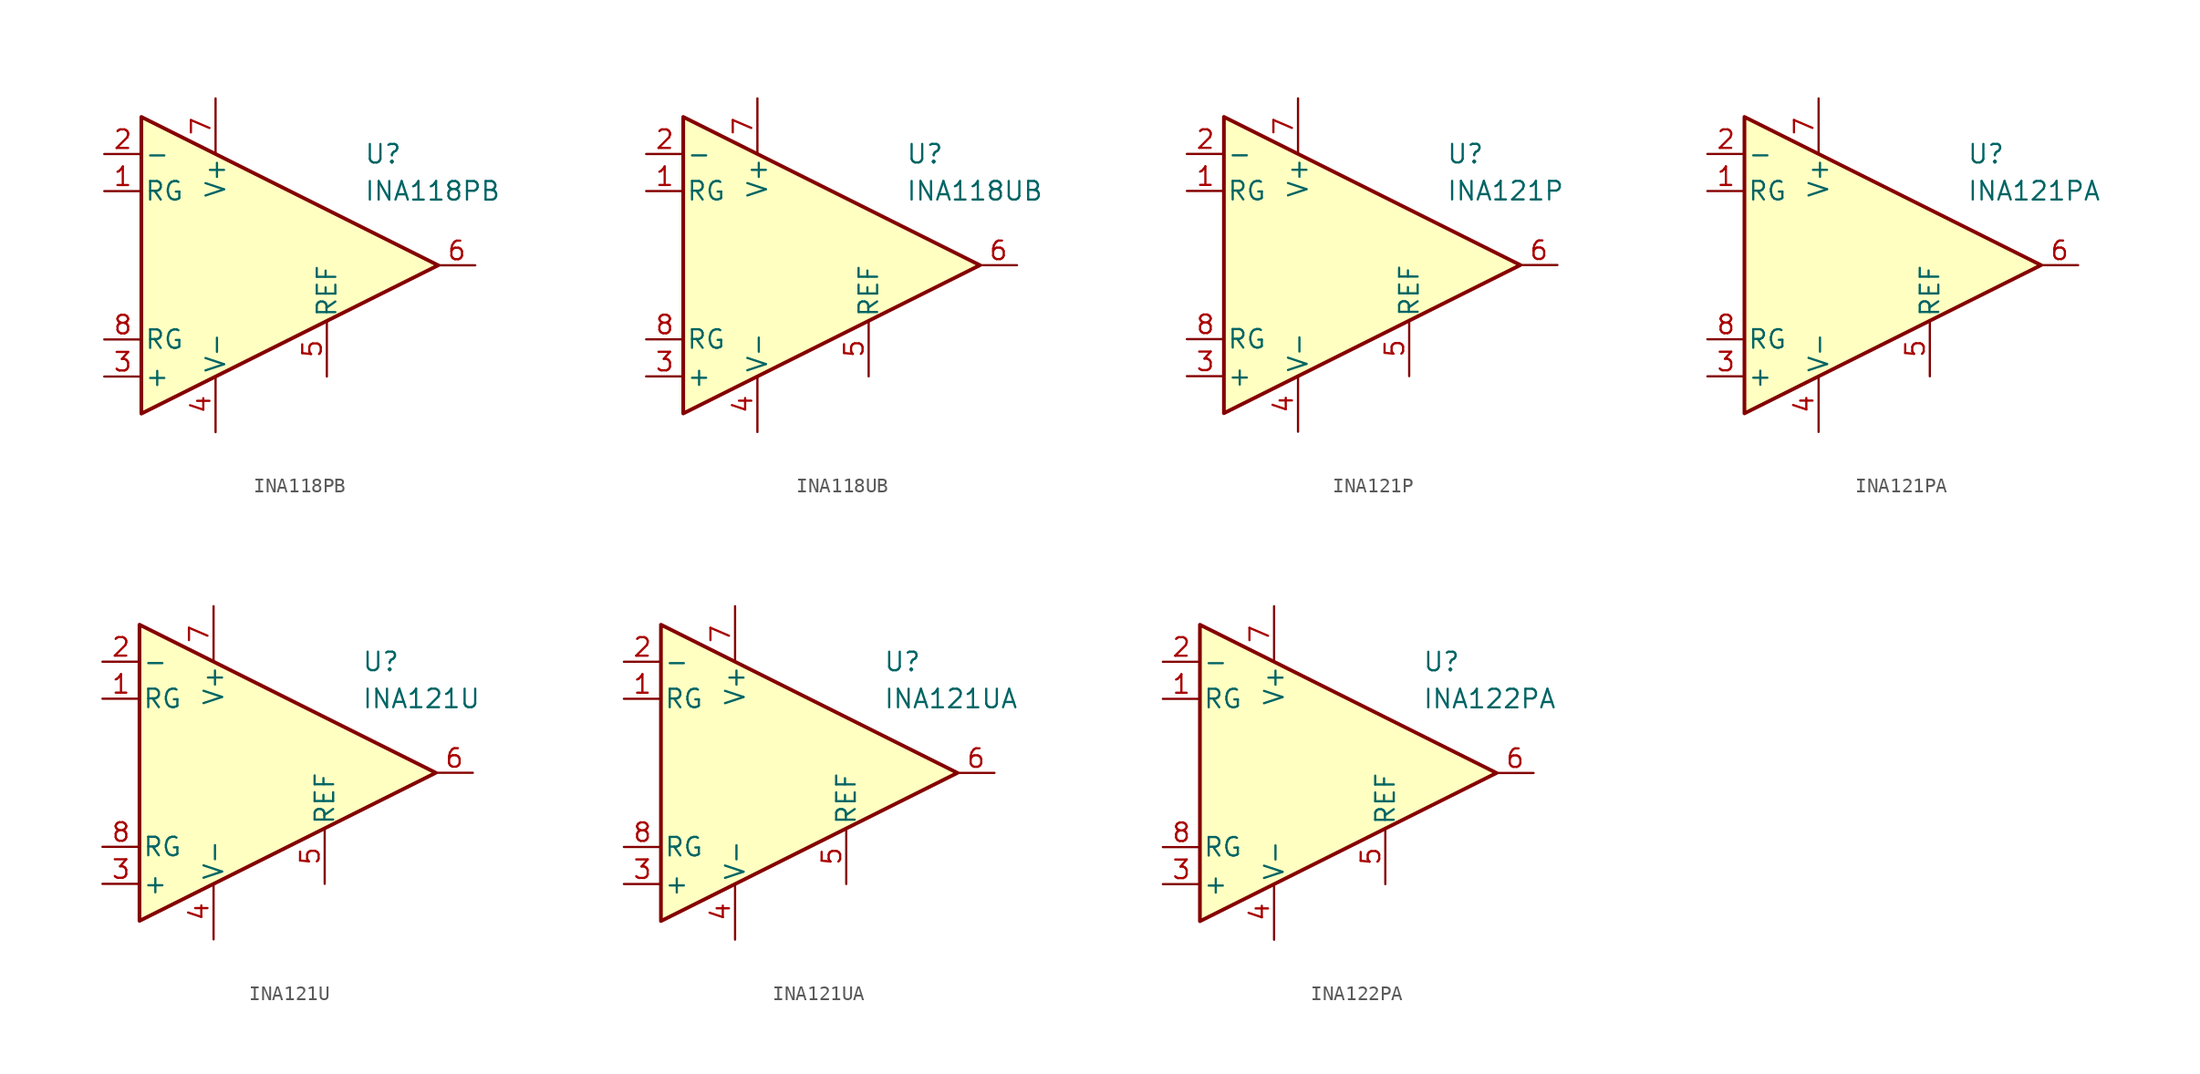
<source format=kicad_sym>
(kicad_symbol_lib
  (version 20231120)
  (generator "kicad_symbol_editor")
  (generator_version "8.0")
  (symbol "INA118PB"
    (pin_names
      (offset 0.2))
    (property "Reference" "U"
      (at 6.35 7.62 0)
      (effects (font (size 1.27 1.27)) (justify left)))
    (property "Value" "INA118PB"
      (at 6.35 5.08 0)
      (effects (font (size 1.27 1.27)) (justify left)))
    (symbol "INA118PB_0_1"
      (polyline (pts (xy -8.89 10.16) (xy -8.89 -10.16) (xy 11.43 0) (xy -8.89 10.16)) (stroke (width 0.254) (type default)) (fill (type background))))
    (symbol "INA118PB_1_1"
      (pin passive line (at -11.43 5.08 0) (length 2.54) (name "RG" (effects (font (size 1.27 1.27)))) (number "1" (effects (font (size 1.27 1.27)))))
      (pin input line (at -11.43 7.62 0) (length 2.54) (name "-" (effects (font (size 1.27 1.27)))) (number "2" (effects (font (size 1.27 1.27)))))
      (pin input line (at -11.43 -7.62 0) (length 2.54) (name "+" (effects (font (size 1.27 1.27)))) (number "3" (effects (font (size 1.27 1.27)))))
      (pin power_in line (at -3.81 -11.43 90) (length 3.81) (name "V-" (effects (font (size 1.27 1.27)))) (number "4" (effects (font (size 1.27 1.27)))))
      (pin input line (at 3.81 -7.62 90) (length 3.81) (name "REF" (effects (font (size 1.27 1.27)))) (number "5" (effects (font (size 1.27 1.27)))))
      (pin output line (at 13.97 0 180) (length 2.54) (name "~" (effects (font (size 1.27 1.27)))) (number "6" (effects (font (size 1.27 1.27)))))
      (pin power_in line (at -3.81 11.43 270) (length 3.81) (name "V+" (effects (font (size 1.27 1.27)))) (number "7" (effects (font (size 1.27 1.27)))))
      (pin passive line (at -11.43 -5.08 0) (length 2.54) (name "RG" (effects (font (size 1.27 1.27)))) (number "8" (effects (font (size 1.27 1.27)))))))
  (symbol "INA118UB"
    (pin_names
      (offset 0.2))
    (property "Reference" "U"
      (at 6.35 7.62 0)
      (effects (font (size 1.27 1.27)) (justify left)))
    (property "Value" "INA118UB"
      (at 6.35 5.08 0)
      (effects (font (size 1.27 1.27)) (justify left)))
    (symbol "INA118UB_0_1"
      (polyline (pts (xy -8.89 10.16) (xy -8.89 -10.16) (xy 11.43 0) (xy -8.89 10.16)) (stroke (width 0.254) (type default)) (fill (type background))))
    (symbol "INA118UB_1_1"
      (pin passive line (at -11.43 5.08 0) (length 2.54) (name "RG" (effects (font (size 1.27 1.27)))) (number "1" (effects (font (size 1.27 1.27)))))
      (pin input line (at -11.43 7.62 0) (length 2.54) (name "-" (effects (font (size 1.27 1.27)))) (number "2" (effects (font (size 1.27 1.27)))))
      (pin input line (at -11.43 -7.62 0) (length 2.54) (name "+" (effects (font (size 1.27 1.27)))) (number "3" (effects (font (size 1.27 1.27)))))
      (pin power_in line (at -3.81 -11.43 90) (length 3.81) (name "V-" (effects (font (size 1.27 1.27)))) (number "4" (effects (font (size 1.27 1.27)))))
      (pin input line (at 3.81 -7.62 90) (length 3.81) (name "REF" (effects (font (size 1.27 1.27)))) (number "5" (effects (font (size 1.27 1.27)))))
      (pin output line (at 13.97 0 180) (length 2.54) (name "~" (effects (font (size 1.27 1.27)))) (number "6" (effects (font (size 1.27 1.27)))))
      (pin power_in line (at -3.81 11.43 270) (length 3.81) (name "V+" (effects (font (size 1.27 1.27)))) (number "7" (effects (font (size 1.27 1.27)))))
      (pin passive line (at -11.43 -5.08 0) (length 2.54) (name "RG" (effects (font (size 1.27 1.27)))) (number "8" (effects (font (size 1.27 1.27)))))))
  (symbol "INA121P"
    (pin_names
      (offset 0.2))
    (property "Reference" "U"
      (at 6.35 7.62 0)
      (effects (font (size 1.27 1.27)) (justify left)))
    (property "Value" "INA121P"
      (at 6.35 5.08 0)
      (effects (font (size 1.27 1.27)) (justify left)))
    (symbol "INA121P_0_1"
      (polyline (pts (xy -8.89 10.16) (xy -8.89 -10.16) (xy 11.43 0) (xy -8.89 10.16)) (stroke (width 0.254) (type default)) (fill (type background))))
    (symbol "INA121P_1_1"
      (pin passive line (at -11.43 5.08 0) (length 2.54) (name "RG" (effects (font (size 1.27 1.27)))) (number "1" (effects (font (size 1.27 1.27)))))
      (pin input line (at -11.43 7.62 0) (length 2.54) (name "-" (effects (font (size 1.27 1.27)))) (number "2" (effects (font (size 1.27 1.27)))))
      (pin input line (at -11.43 -7.62 0) (length 2.54) (name "+" (effects (font (size 1.27 1.27)))) (number "3" (effects (font (size 1.27 1.27)))))
      (pin power_in line (at -3.81 -11.43 90) (length 3.81) (name "V-" (effects (font (size 1.27 1.27)))) (number "4" (effects (font (size 1.27 1.27)))))
      (pin input line (at 3.81 -7.62 90) (length 3.81) (name "REF" (effects (font (size 1.27 1.27)))) (number "5" (effects (font (size 1.27 1.27)))))
      (pin output line (at 13.97 0 180) (length 2.54) (name "~" (effects (font (size 1.27 1.27)))) (number "6" (effects (font (size 1.27 1.27)))))
      (pin power_in line (at -3.81 11.43 270) (length 3.81) (name "V+" (effects (font (size 1.27 1.27)))) (number "7" (effects (font (size 1.27 1.27)))))
      (pin passive line (at -11.43 -5.08 0) (length 2.54) (name "RG" (effects (font (size 1.27 1.27)))) (number "8" (effects (font (size 1.27 1.27)))))))
  (symbol "INA121PA"
    (pin_names
      (offset 0.2))
    (property "Reference" "U"
      (at 6.35 7.62 0)
      (effects (font (size 1.27 1.27)) (justify left)))
    (property "Value" "INA121PA"
      (at 6.35 5.08 0)
      (effects (font (size 1.27 1.27)) (justify left)))
    (symbol "INA121PA_0_1"
      (polyline (pts (xy -8.89 10.16) (xy -8.89 -10.16) (xy 11.43 0) (xy -8.89 10.16)) (stroke (width 0.254) (type default)) (fill (type background))))
    (symbol "INA121PA_1_1"
      (pin passive line (at -11.43 5.08 0) (length 2.54) (name "RG" (effects (font (size 1.27 1.27)))) (number "1" (effects (font (size 1.27 1.27)))))
      (pin input line (at -11.43 7.62 0) (length 2.54) (name "-" (effects (font (size 1.27 1.27)))) (number "2" (effects (font (size 1.27 1.27)))))
      (pin input line (at -11.43 -7.62 0) (length 2.54) (name "+" (effects (font (size 1.27 1.27)))) (number "3" (effects (font (size 1.27 1.27)))))
      (pin power_in line (at -3.81 -11.43 90) (length 3.81) (name "V-" (effects (font (size 1.27 1.27)))) (number "4" (effects (font (size 1.27 1.27)))))
      (pin input line (at 3.81 -7.62 90) (length 3.81) (name "REF" (effects (font (size 1.27 1.27)))) (number "5" (effects (font (size 1.27 1.27)))))
      (pin output line (at 13.97 0 180) (length 2.54) (name "~" (effects (font (size 1.27 1.27)))) (number "6" (effects (font (size 1.27 1.27)))))
      (pin power_in line (at -3.81 11.43 270) (length 3.81) (name "V+" (effects (font (size 1.27 1.27)))) (number "7" (effects (font (size 1.27 1.27)))))
      (pin passive line (at -11.43 -5.08 0) (length 2.54) (name "RG" (effects (font (size 1.27 1.27)))) (number "8" (effects (font (size 1.27 1.27)))))))
  (symbol "INA121U"
    (pin_names
      (offset 0.2))
    (property "Reference" "U"
      (at 6.35 7.62 0)
      (effects (font (size 1.27 1.27)) (justify left)))
    (property "Value" "INA121U"
      (at 6.35 5.08 0)
      (effects (font (size 1.27 1.27)) (justify left)))
    (symbol "INA121U_0_1"
      (polyline (pts (xy -8.89 10.16) (xy -8.89 -10.16) (xy 11.43 0) (xy -8.89 10.16)) (stroke (width 0.254) (type default)) (fill (type background))))
    (symbol "INA121U_1_1"
      (pin passive line (at -11.43 5.08 0) (length 2.54) (name "RG" (effects (font (size 1.27 1.27)))) (number "1" (effects (font (size 1.27 1.27)))))
      (pin input line (at -11.43 7.62 0) (length 2.54) (name "-" (effects (font (size 1.27 1.27)))) (number "2" (effects (font (size 1.27 1.27)))))
      (pin input line (at -11.43 -7.62 0) (length 2.54) (name "+" (effects (font (size 1.27 1.27)))) (number "3" (effects (font (size 1.27 1.27)))))
      (pin power_in line (at -3.81 -11.43 90) (length 3.81) (name "V-" (effects (font (size 1.27 1.27)))) (number "4" (effects (font (size 1.27 1.27)))))
      (pin input line (at 3.81 -7.62 90) (length 3.81) (name "REF" (effects (font (size 1.27 1.27)))) (number "5" (effects (font (size 1.27 1.27)))))
      (pin output line (at 13.97 0 180) (length 2.54) (name "~" (effects (font (size 1.27 1.27)))) (number "6" (effects (font (size 1.27 1.27)))))
      (pin power_in line (at -3.81 11.43 270) (length 3.81) (name "V+" (effects (font (size 1.27 1.27)))) (number "7" (effects (font (size 1.27 1.27)))))
      (pin passive line (at -11.43 -5.08 0) (length 2.54) (name "RG" (effects (font (size 1.27 1.27)))) (number "8" (effects (font (size 1.27 1.27)))))))
  (symbol "INA121UA"
    (pin_names
      (offset 0.2))
    (property "Reference" "U"
      (at 6.35 7.62 0)
      (effects (font (size 1.27 1.27)) (justify left)))
    (property "Value" "INA121UA"
      (at 6.35 5.08 0)
      (effects (font (size 1.27 1.27)) (justify left)))
    (symbol "INA121UA_0_1"
      (polyline (pts (xy -8.89 10.16) (xy -8.89 -10.16) (xy 11.43 0) (xy -8.89 10.16)) (stroke (width 0.254) (type default)) (fill (type background))))
    (symbol "INA121UA_1_1"
      (pin passive line (at -11.43 5.08 0) (length 2.54) (name "RG" (effects (font (size 1.27 1.27)))) (number "1" (effects (font (size 1.27 1.27)))))
      (pin input line (at -11.43 7.62 0) (length 2.54) (name "-" (effects (font (size 1.27 1.27)))) (number "2" (effects (font (size 1.27 1.27)))))
      (pin input line (at -11.43 -7.62 0) (length 2.54) (name "+" (effects (font (size 1.27 1.27)))) (number "3" (effects (font (size 1.27 1.27)))))
      (pin power_in line (at -3.81 -11.43 90) (length 3.81) (name "V-" (effects (font (size 1.27 1.27)))) (number "4" (effects (font (size 1.27 1.27)))))
      (pin input line (at 3.81 -7.62 90) (length 3.81) (name "REF" (effects (font (size 1.27 1.27)))) (number "5" (effects (font (size 1.27 1.27)))))
      (pin output line (at 13.97 0 180) (length 2.54) (name "~" (effects (font (size 1.27 1.27)))) (number "6" (effects (font (size 1.27 1.27)))))
      (pin power_in line (at -3.81 11.43 270) (length 3.81) (name "V+" (effects (font (size 1.27 1.27)))) (number "7" (effects (font (size 1.27 1.27)))))
      (pin passive line (at -11.43 -5.08 0) (length 2.54) (name "RG" (effects (font (size 1.27 1.27)))) (number "8" (effects (font (size 1.27 1.27)))))))
  (symbol "INA122PA"
    (pin_names
      (offset 0.2))
    (property "Reference" "U"
      (at 6.35 7.62 0)
      (effects (font (size 1.27 1.27)) (justify left)))
    (property "Value" "INA122PA"
      (at 6.35 5.08 0)
      (effects (font (size 1.27 1.27)) (justify left)))
    (symbol "INA122PA_0_1"
      (polyline (pts (xy -8.89 10.16) (xy -8.89 -10.16) (xy 11.43 0) (xy -8.89 10.16)) (stroke (width 0.254) (type default)) (fill (type background))))
    (symbol "INA122PA_1_1"
      (pin passive line (at -11.43 5.08 0) (length 2.54) (name "RG" (effects (font (size 1.27 1.27)))) (number "1" (effects (font (size 1.27 1.27)))))
      (pin input line (at -11.43 7.62 0) (length 2.54) (name "-" (effects (font (size 1.27 1.27)))) (number "2" (effects (font (size 1.27 1.27)))))
      (pin input line (at -11.43 -7.62 0) (length 2.54) (name "+" (effects (font (size 1.27 1.27)))) (number "3" (effects (font (size 1.27 1.27)))))
      (pin power_in line (at -3.81 -11.43 90) (length 3.81) (name "V-" (effects (font (size 1.27 1.27)))) (number "4" (effects (font (size 1.27 1.27)))))
      (pin input line (at 3.81 -7.62 90) (length 3.81) (name "REF" (effects (font (size 1.27 1.27)))) (number "5" (effects (font (size 1.27 1.27)))))
      (pin output line (at 13.97 0 180) (length 2.54) (name "~" (effects (font (size 1.27 1.27)))) (number "6" (effects (font (size 1.27 1.27)))))
      (pin power_in line (at -3.81 11.43 270) (length 3.81) (name "V+" (effects (font (size 1.27 1.27)))) (number "7" (effects (font (size 1.27 1.27)))))
      (pin passive line (at -11.43 -5.08 0) (length 2.54) (name "RG" (effects (font (size 1.27 1.27)))) (number "8" (effects (font (size 1.27 1.27))))))))
</source>
